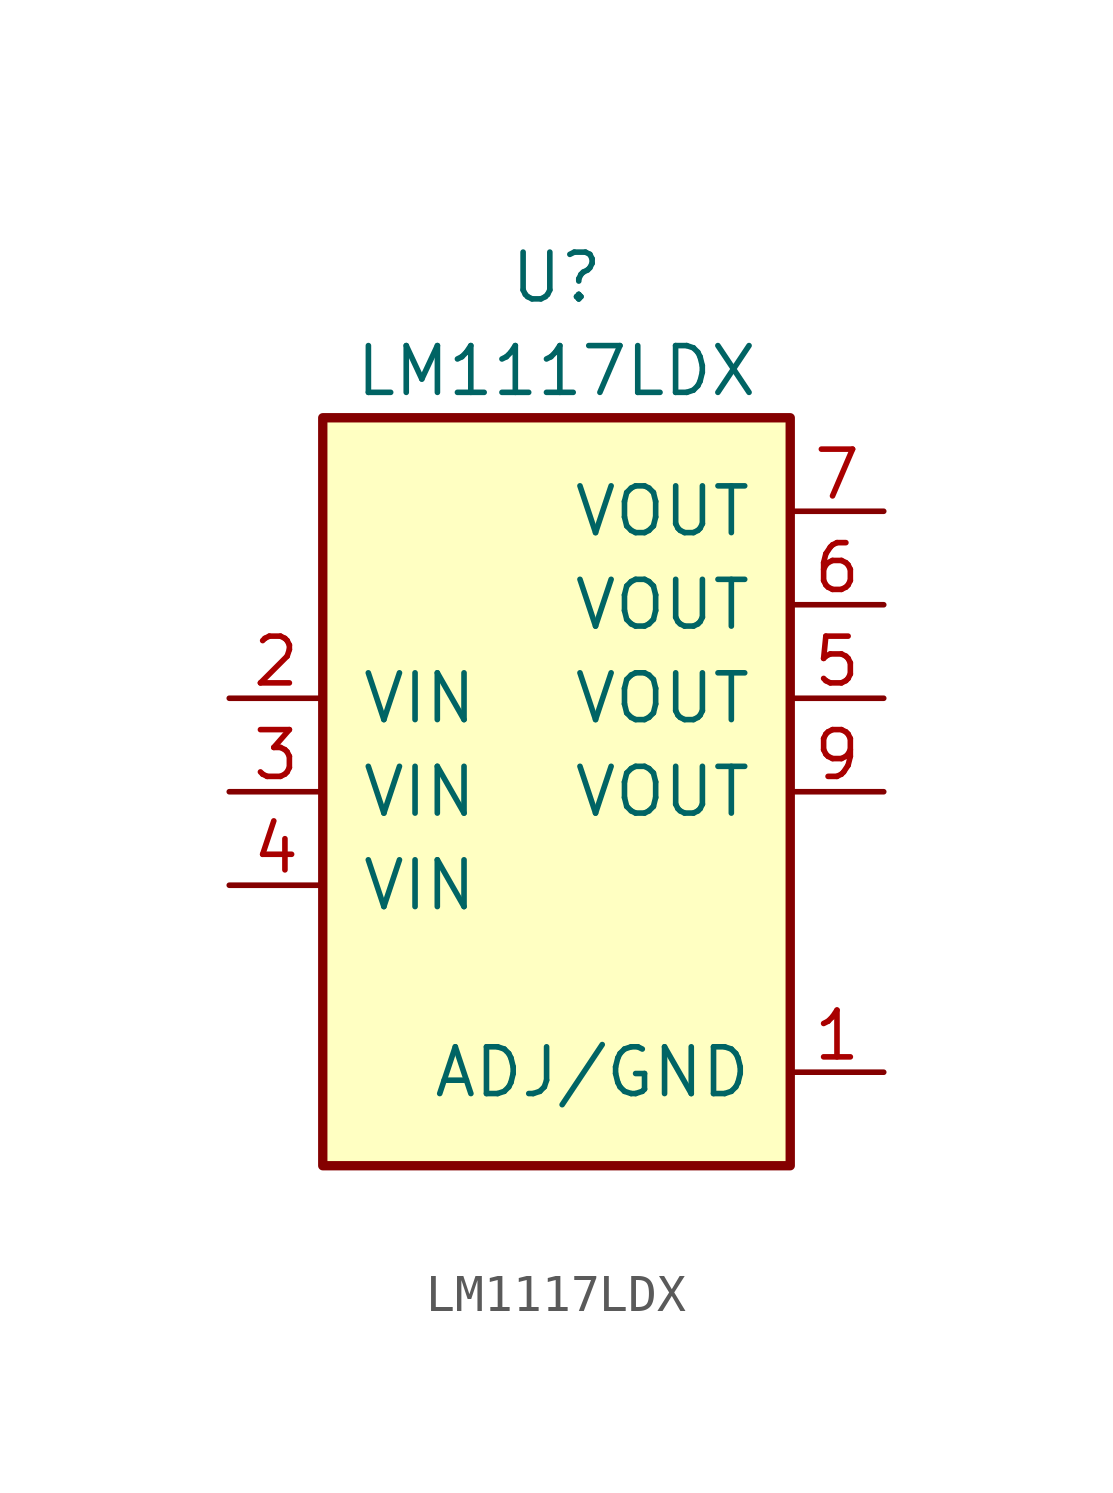
<source format=kicad_sym>
(kicad_symbol_lib
  (version 20211014)
  (generator kicad_symbol_editor)
  (symbol "LM1117LDX"
    (pin_names
      (offset 1.016))
    (property "Reference" "U"
      (at 0 16.51 0)
      (effects (font (size 1.27 1.27))))
    (property "Value" "LM1117LDX"
      (at 0 13.97 0)
      (effects (font (size 1.27 1.27))))
    (symbol "LM1117LDX_0_1"
      (rectangle (start 6.35 12.7) (end -6.35 -7.62) (stroke (width 0.254) (type default) (color 0 0 0 0)) (fill (type background))))
    (symbol "LM1117LDX_1_1"
      (pin passive line (at 8.89 -5.08 180) (length 2.54) (name "ADJ/GND" (effects (font (size 1.27 1.27)))) (number "1" (effects (font (size 1.27 1.27)))))
      (pin passive line (at -8.89 5.08 0) (length 2.54) (name "VIN" (effects (font (size 1.27 1.27)))) (number "2" (effects (font (size 1.27 1.27)))))
      (pin passive line (at -8.89 2.54 0) (length 2.54) (name "VIN" (effects (font (size 1.27 1.27)))) (number "3" (effects (font (size 1.27 1.27)))))
      (pin passive line (at -8.89 0 0) (length 2.54) (name "VIN" (effects (font (size 1.27 1.27)))) (number "4" (effects (font (size 1.27 1.27)))))
      (pin passive line (at 8.89 5.08 180) (length 2.54) (name "VOUT" (effects (font (size 1.27 1.27)))) (number "5" (effects (font (size 1.27 1.27)))))
      (pin passive line (at 8.89 7.62 180) (length 2.54) (name "VOUT" (effects (font (size 1.27 1.27)))) (number "6" (effects (font (size 1.27 1.27)))))
      (pin power_out line (at 8.89 10.16 180) (length 2.54) (name "VOUT" (effects (font (size 1.27 1.27)))) (number "7" (effects (font (size 1.27 1.27)))))
      (pin passive line (at 8.89 2.54 180) (length 2.54) (name "VOUT" (effects (font (size 1.27 1.27)))) (number "9" (effects (font (size 1.27 1.27))))))))
</source>
